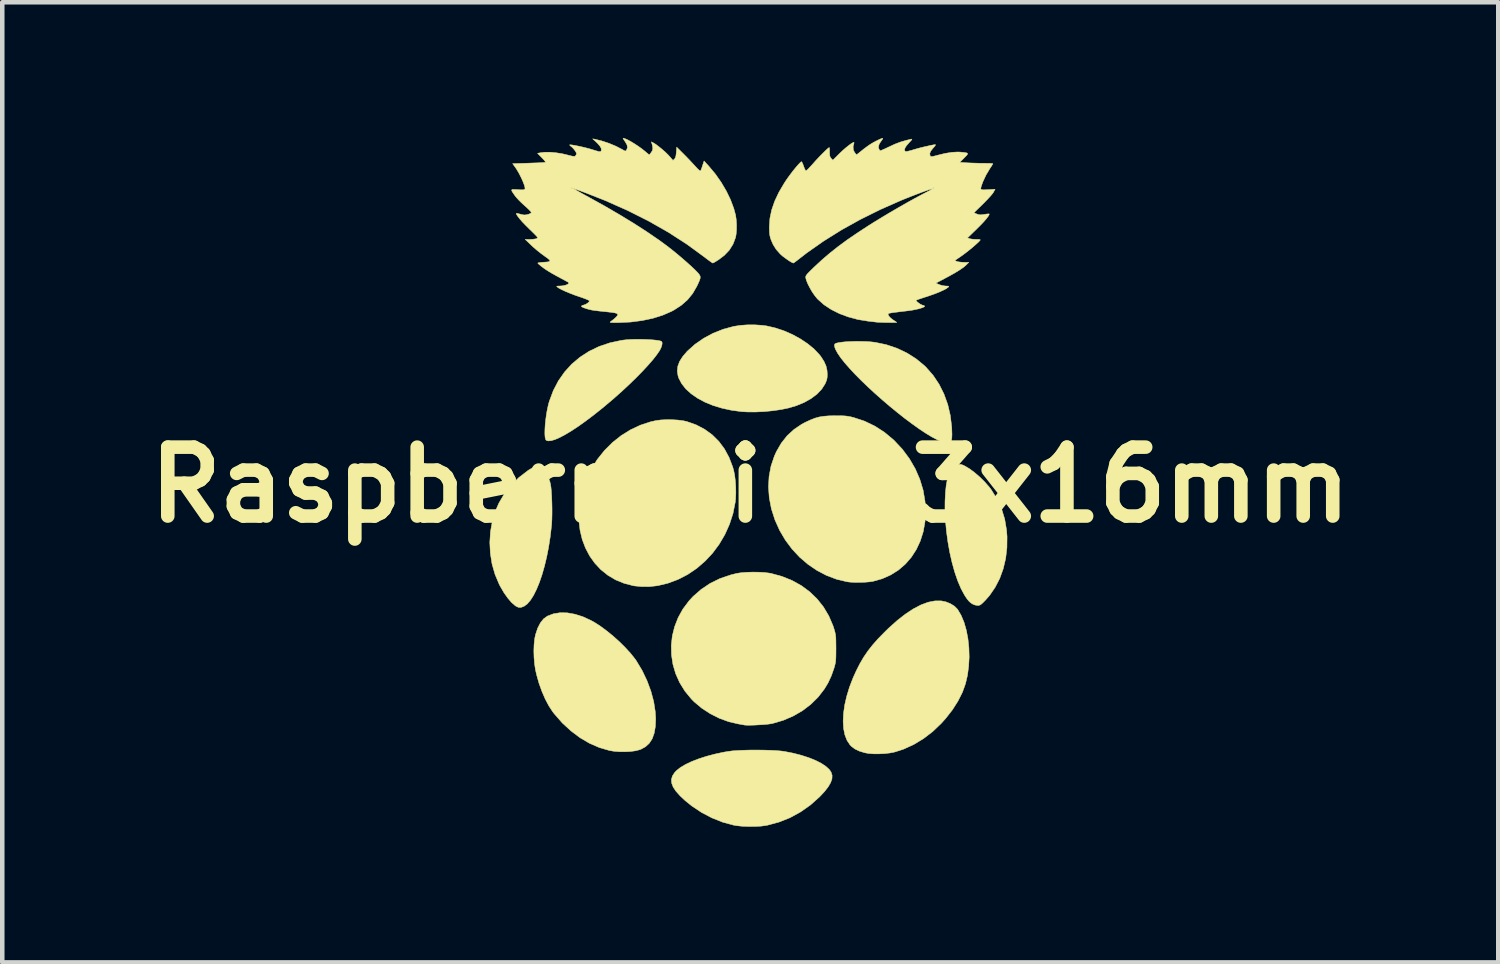
<source format=kicad_pcb>
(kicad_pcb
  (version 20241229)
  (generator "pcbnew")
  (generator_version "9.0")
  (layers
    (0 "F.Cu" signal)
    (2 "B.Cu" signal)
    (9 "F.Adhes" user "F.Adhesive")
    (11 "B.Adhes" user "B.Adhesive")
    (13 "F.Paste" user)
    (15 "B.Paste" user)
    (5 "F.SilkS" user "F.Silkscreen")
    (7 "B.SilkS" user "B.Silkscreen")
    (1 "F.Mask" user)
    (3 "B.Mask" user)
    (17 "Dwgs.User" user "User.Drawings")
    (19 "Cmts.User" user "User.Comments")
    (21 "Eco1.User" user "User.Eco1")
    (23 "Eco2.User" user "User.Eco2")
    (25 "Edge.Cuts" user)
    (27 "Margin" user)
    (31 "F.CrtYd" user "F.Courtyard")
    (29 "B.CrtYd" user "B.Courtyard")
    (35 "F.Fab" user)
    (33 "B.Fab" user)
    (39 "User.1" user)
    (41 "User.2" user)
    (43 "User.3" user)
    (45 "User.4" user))
  (footprint "RaspberryPi-13x16mm"
    (layer "F.Cu")
    (at 13.542 7.673)
    (property "Reference" "RaspberryPi-13x16mm" (at 0 0 0) (layer "F.SilkS") (effects (font (size 1.524 1.524) (thickness 0.3))))
    (attr through_hole)
    (fp_poly (pts (xy 2.462 -3.173) (xy 2.574 -3.17) (xy 2.678 -3.162) (xy 2.762 -3.152) (xy 3.01 -3.1) (xy 3.245 -3.021) (xy 3.466 -2.916) (xy 3.669 -2.787) (xy 3.852 -2.636) (xy 3.887 -2.602) (xy 4.043 -2.424) (xy 4.175 -2.227) (xy 4.283 -2.011) (xy 4.367 -1.779) (xy 4.424 -1.535) (xy 4.455 -1.28) (xy 4.461 -1.118) (xy 4.457 -1.028) (xy 4.443 -0.967) (xy 4.417 -0.932) (xy 4.374 -0.921) (xy 4.311 -0.93) (xy 4.241 -0.952) (xy 4.135 -0.998) (xy 4.013 -1.062) (xy 3.878 -1.144) (xy 3.732 -1.241) (xy 3.578 -1.351) (xy 3.417 -1.471) (xy 3.253 -1.601) (xy 3.087 -1.737) (xy 2.923 -1.877) (xy 2.761 -2.02) (xy 2.606 -2.163) (xy 2.459 -2.304) (xy 2.323 -2.441) (xy 2.2 -2.573) (xy 2.092 -2.696) (xy 2.002 -2.809) (xy 1.933 -2.91) (xy 1.886 -2.996) (xy 1.871 -3.036) (xy 1.861 -3.082) (xy 1.867 -3.11) (xy 1.871 -3.117) (xy 1.9 -3.133) (xy 1.956 -3.146) (xy 2.033 -3.157) (xy 2.127 -3.166) (xy 2.234 -3.171) (xy 2.347 -3.174) (xy 2.462 -3.173)) (stroke (width 0.01) (type solid)) (fill yes) (layer "F.SilkS"))
    (fp_poly (pts (xy 4.668 -0.45) (xy 4.712 -0.434) (xy 4.736 -0.422) (xy 4.843 -0.36) (xy 4.958 -0.275) (xy 5.074 -0.175) (xy 5.185 -0.066) (xy 5.284 0.047) (xy 5.335 0.116) (xy 5.461 0.319) (xy 5.558 0.532) (xy 5.627 0.757) (xy 5.667 0.995) (xy 5.679 1.145) (xy 5.676 1.391) (xy 5.648 1.629) (xy 5.594 1.856) (xy 5.516 2.071) (xy 5.414 2.268) (xy 5.291 2.447) (xy 5.2 2.55) (xy 5.147 2.604) (xy 5.108 2.639) (xy 5.078 2.658) (xy 5.051 2.666) (xy 5.032 2.667) (xy 4.978 2.659) (xy 4.929 2.642) (xy 4.879 2.611) (xy 4.834 2.57) (xy 4.788 2.513) (xy 4.738 2.437) (xy 4.661 2.294) (xy 4.588 2.123) (xy 4.522 1.93) (xy 4.463 1.719) (xy 4.412 1.494) (xy 4.37 1.259) (xy 4.338 1.019) (xy 4.316 0.778) (xy 4.306 0.541) (xy 4.307 0.365) (xy 4.317 0.169) (xy 4.334 0.003) (xy 4.361 -0.135) (xy 4.396 -0.247) (xy 4.441 -0.333) (xy 4.497 -0.396) (xy 4.562 -0.436) (xy 4.593 -0.446) (xy 4.633 -0.454) (xy 4.668 -0.45)) (stroke (width 0.01) (type solid)) (fill yes) (layer "F.SilkS"))
    (fp_poly (pts (xy -4.664 -0.402) (xy -4.601 -0.374) (xy -4.593 -0.369) (xy -4.549 -0.324) (xy -4.505 -0.255) (xy -4.465 -0.169) (xy -4.432 -0.073) (xy -4.42 -0.024) (xy -4.408 0.046) (xy -4.399 0.141) (xy -4.392 0.255) (xy -4.387 0.381) (xy -4.384 0.513) (xy -4.384 0.644) (xy -4.387 0.768) (xy -4.393 0.878) (xy -4.397 0.918) (xy -4.424 1.149) (xy -4.459 1.374) (xy -4.501 1.589) (xy -4.55 1.793) (xy -4.604 1.983) (xy -4.663 2.156) (xy -4.726 2.309) (xy -4.792 2.442) (xy -4.86 2.549) (xy -4.93 2.631) (xy -5 2.683) (xy -5.002 2.684) (xy -5.067 2.709) (xy -5.122 2.71) (xy -5.178 2.685) (xy -5.201 2.669) (xy -5.281 2.599) (xy -5.363 2.503) (xy -5.446 2.386) (xy -5.524 2.252) (xy -5.552 2.199) (xy -5.644 1.981) (xy -5.71 1.752) (xy -5.748 1.514) (xy -5.76 1.274) (xy -5.745 1.034) (xy -5.703 0.8) (xy -5.634 0.574) (xy -5.56 0.405) (xy -5.44 0.2) (xy -5.293 0.011) (xy -5.119 -0.161) (xy -4.919 -0.315) (xy -4.897 -0.33) (xy -4.809 -0.381) (xy -4.732 -0.405) (xy -4.664 -0.402)) (stroke (width 0.01) (type solid)) (fill yes) (layer "F.SilkS"))
    (fp_poly (pts (xy -2.31 -3.216) (xy -2.206 -3.211) (xy -2.113 -3.203) (xy -2.038 -3.194) (xy -1.984 -3.182) (xy -1.958 -3.169) (xy -1.948 -3.139) (xy -1.954 -3.09) (xy -1.974 -3.031) (xy -2.003 -2.973) (xy -2.066 -2.881) (xy -2.151 -2.772) (xy -2.257 -2.65) (xy -2.381 -2.516) (xy -2.52 -2.374) (xy -2.671 -2.227) (xy -2.833 -2.076) (xy -3.002 -1.925) (xy -3.086 -1.853) (xy -3.277 -1.693) (xy -3.46 -1.547) (xy -3.634 -1.416) (xy -3.797 -1.299) (xy -3.948 -1.199) (xy -4.086 -1.116) (xy -4.208 -1.051) (xy -4.314 -1.004) (xy -4.402 -0.978) (xy -4.47 -0.972) (xy -4.512 -0.985) (xy -4.529 -1.011) (xy -4.539 -1.064) (xy -4.543 -1.139) (xy -4.541 -1.23) (xy -4.535 -1.334) (xy -4.523 -1.445) (xy -4.508 -1.558) (xy -4.488 -1.67) (xy -4.465 -1.774) (xy -4.444 -1.849) (xy -4.356 -2.085) (xy -4.243 -2.301) (xy -4.106 -2.497) (xy -3.947 -2.672) (xy -3.766 -2.824) (xy -3.565 -2.954) (xy -3.345 -3.06) (xy -3.106 -3.141) (xy -2.851 -3.196) (xy -2.822 -3.2) (xy -2.738 -3.21) (xy -2.639 -3.216) (xy -2.532 -3.219) (xy -2.42 -3.219) (xy -2.31 -3.216)) (stroke (width 0.01) (type solid)) (fill yes) (layer "F.SilkS"))
    (fp_poly (pts (xy 0.257 -3.529) (xy 0.359 -3.516) (xy 0.553 -3.471) (xy 0.746 -3.407) (xy 0.933 -3.325) (xy 1.11 -3.228) (xy 1.271 -3.12) (xy 1.413 -3.003) (xy 1.529 -2.88) (xy 1.566 -2.832) (xy 1.633 -2.726) (xy 1.676 -2.629) (xy 1.698 -2.531) (xy 1.703 -2.45) (xy 1.701 -2.379) (xy 1.691 -2.324) (xy 1.669 -2.267) (xy 1.654 -2.233) (xy 1.579 -2.116) (xy 1.475 -2.007) (xy 1.345 -1.909) (xy 1.192 -1.823) (xy 1.017 -1.751) (xy 0.849 -1.701) (xy 0.686 -1.667) (xy 0.502 -1.64) (xy 0.308 -1.621) (xy 0.115 -1.612) (xy -0.067 -1.613) (xy -0.191 -1.62) (xy -0.414 -1.65) (xy -0.625 -1.696) (xy -0.823 -1.756) (xy -1.004 -1.83) (xy -1.166 -1.917) (xy -1.307 -2.015) (xy -1.425 -2.122) (xy -1.517 -2.238) (xy -1.581 -2.36) (xy -1.597 -2.409) (xy -1.614 -2.516) (xy -1.603 -2.622) (xy -1.563 -2.73) (xy -1.492 -2.841) (xy -1.392 -2.957) (xy -1.39 -2.959) (xy -1.222 -3.109) (xy -1.03 -3.242) (xy -0.821 -3.354) (xy -0.598 -3.442) (xy -0.366 -3.505) (xy -0.354 -3.507) (xy -0.216 -3.528) (xy -0.06 -3.539) (xy 0.102 -3.539) (xy 0.257 -3.529)) (stroke (width 0.01) (type solid)) (fill yes) (layer "F.SilkS"))
    (fp_poly (pts (xy 0.314 5.866) (xy 0.457 5.87) (xy 0.586 5.877) (xy 0.694 5.887) (xy 0.752 5.895) (xy 0.948 5.933) (xy 1.13 5.98) (xy 1.297 6.034) (xy 1.445 6.094) (xy 1.571 6.158) (xy 1.673 6.226) (xy 1.749 6.296) (xy 1.787 6.352) (xy 1.81 6.423) (xy 1.807 6.501) (xy 1.777 6.586) (xy 1.721 6.681) (xy 1.638 6.787) (xy 1.533 6.899) (xy 1.331 7.079) (xy 1.112 7.233) (xy 0.88 7.36) (xy 0.636 7.457) (xy 0.381 7.526) (xy 0.35 7.532) (xy 0.239 7.547) (xy 0.107 7.554) (xy -0.033 7.555) (xy -0.172 7.55) (xy -0.298 7.537) (xy -0.373 7.524) (xy -0.612 7.459) (xy -0.849 7.364) (xy -1.078 7.244) (xy -1.294 7.1) (xy -1.437 6.985) (xy -1.555 6.874) (xy -1.644 6.774) (xy -1.705 6.682) (xy -1.738 6.596) (xy -1.744 6.516) (xy -1.722 6.439) (xy -1.674 6.364) (xy -1.634 6.321) (xy -1.549 6.253) (xy -1.436 6.185) (xy -1.3 6.12) (xy -1.143 6.059) (xy -0.97 6.003) (xy -0.785 5.954) (xy -0.591 5.912) (xy -0.484 5.894) (xy -0.391 5.882) (xy -0.273 5.874) (xy -0.137 5.868) (xy 0.01 5.864) (xy 0.163 5.864) (xy 0.314 5.866)) (stroke (width 0.01) (type solid)) (fill yes) (layer "F.SilkS"))
    (fp_poly (pts (xy -4.046 2.83) (xy -3.878 2.86) (xy -3.703 2.915) (xy -3.525 2.997) (xy -3.453 3.036) (xy -3.319 3.122) (xy -3.178 3.226) (xy -3.034 3.343) (xy -2.894 3.469) (xy -2.763 3.599) (xy -2.646 3.727) (xy -2.55 3.847) (xy -2.518 3.893) (xy -2.39 4.107) (xy -2.283 4.331) (xy -2.198 4.56) (xy -2.136 4.79) (xy -2.101 5.014) (xy -2.091 5.175) (xy -2.099 5.347) (xy -2.125 5.493) (xy -2.169 5.616) (xy -2.234 5.715) (xy -2.318 5.792) (xy -2.423 5.849) (xy -2.446 5.857) (xy -2.533 5.88) (xy -2.641 5.895) (xy -2.763 5.902) (xy -2.888 5.901) (xy -3.009 5.892) (xy -3.111 5.875) (xy -3.336 5.81) (xy -3.555 5.715) (xy -3.766 5.591) (xy -3.967 5.44) (xy -4.157 5.265) (xy -4.331 5.066) (xy -4.371 5.015) (xy -4.454 4.888) (xy -4.534 4.737) (xy -4.607 4.568) (xy -4.672 4.388) (xy -4.724 4.204) (xy -4.75 4.091) (xy -4.77 3.959) (xy -4.782 3.815) (xy -4.786 3.669) (xy -4.781 3.53) (xy -4.768 3.405) (xy -4.75 3.315) (xy -4.701 3.168) (xy -4.641 3.051) (xy -4.57 2.962) (xy -4.488 2.903) (xy -4.487 2.902) (xy -4.353 2.851) (xy -4.205 2.827) (xy -4.046 2.83)) (stroke (width 0.01) (type solid)) (fill yes) (layer "F.SilkS"))
    (fp_poly (pts (xy -1.723 -1.441) (xy -1.595 -1.433) (xy -1.48 -1.418) (xy -1.405 -1.401) (xy -1.197 -1.328) (xy -1.009 -1.229) (xy -0.841 -1.107) (xy -0.694 -0.961) (xy -0.569 -0.793) (xy -0.467 -0.603) (xy -0.387 -0.393) (xy -0.366 -0.317) (xy -0.345 -0.214) (xy -0.33 -0.089) (xy -0.321 0.046) (xy -0.319 0.181) (xy -0.324 0.307) (xy -0.332 0.383) (xy -0.382 0.633) (xy -0.46 0.873) (xy -0.562 1.1) (xy -0.688 1.314) (xy -0.834 1.51) (xy -1.001 1.688) (xy -1.184 1.846) (xy -1.383 1.981) (xy -1.596 2.091) (xy -1.821 2.175) (xy -2.047 2.229) (xy -2.221 2.249) (xy -2.398 2.25) (xy -2.563 2.234) (xy -2.582 2.231) (xy -2.788 2.178) (xy -2.977 2.101) (xy -3.149 1.999) (xy -3.303 1.876) (xy -3.437 1.733) (xy -3.551 1.573) (xy -3.644 1.397) (xy -3.716 1.207) (xy -3.764 1.006) (xy -3.789 0.795) (xy -3.789 0.577) (xy -3.764 0.353) (xy -3.713 0.125) (xy -3.634 -0.104) (xy -3.626 -0.123) (xy -3.516 -0.352) (xy -3.381 -0.565) (xy -3.225 -0.76) (xy -3.05 -0.935) (xy -2.858 -1.088) (xy -2.651 -1.217) (xy -2.433 -1.32) (xy -2.205 -1.395) (xy -2.084 -1.422) (xy -1.977 -1.436) (xy -1.854 -1.442) (xy -1.723 -1.441)) (stroke (width 0.01) (type solid)) (fill yes) (layer "F.SilkS"))
    (fp_poly (pts (xy 4.22 2.565) (xy 4.327 2.587) (xy 4.428 2.628) (xy 4.516 2.683) (xy 4.582 2.749) (xy 4.586 2.754) (xy 4.663 2.885) (xy 4.728 3.04) (xy 4.778 3.214) (xy 4.814 3.403) (xy 4.835 3.602) (xy 4.841 3.806) (xy 4.83 4.009) (xy 4.804 4.209) (xy 4.76 4.397) (xy 4.692 4.586) (xy 4.595 4.779) (xy 4.471 4.974) (xy 4.321 5.166) (xy 4.223 5.275) (xy 4.034 5.456) (xy 3.83 5.612) (xy 3.613 5.743) (xy 3.387 5.846) (xy 3.194 5.908) (xy 3.094 5.928) (xy 2.977 5.942) (xy 2.853 5.948) (xy 2.73 5.948) (xy 2.619 5.94) (xy 2.532 5.924) (xy 2.411 5.887) (xy 2.317 5.842) (xy 2.241 5.786) (xy 2.207 5.752) (xy 2.141 5.653) (xy 2.093 5.531) (xy 2.064 5.39) (xy 2.054 5.231) (xy 2.062 5.057) (xy 2.088 4.87) (xy 2.133 4.674) (xy 2.195 4.471) (xy 2.275 4.264) (xy 2.344 4.112) (xy 2.424 3.954) (xy 2.508 3.81) (xy 2.601 3.674) (xy 2.706 3.54) (xy 2.827 3.403) (xy 2.969 3.258) (xy 3.062 3.167) (xy 3.251 2.998) (xy 3.433 2.856) (xy 3.608 2.741) (xy 3.775 2.654) (xy 3.933 2.595) (xy 4.082 2.566) (xy 4.22 2.565) (xy 4.22 2.565)) (stroke (width 0.01) (type solid)) (fill yes) (layer "F.SilkS"))
    (fp_poly (pts (xy 1.983 -1.529) (xy 2.062 -1.527) (xy 2.125 -1.522) (xy 2.182 -1.513) (xy 2.24 -1.501) (xy 2.29 -1.488) (xy 2.531 -1.408) (xy 2.757 -1.299) (xy 2.969 -1.162) (xy 3.167 -0.997) (xy 3.185 -0.98) (xy 3.365 -0.787) (xy 3.52 -0.578) (xy 3.649 -0.356) (xy 3.75 -0.123) (xy 3.823 0.118) (xy 3.865 0.366) (xy 3.878 0.579) (xy 3.865 0.812) (xy 3.826 1.033) (xy 3.761 1.239) (xy 3.673 1.428) (xy 3.562 1.6) (xy 3.429 1.753) (xy 3.277 1.884) (xy 3.105 1.992) (xy 2.916 2.076) (xy 2.711 2.134) (xy 2.631 2.145) (xy 2.53 2.153) (xy 2.419 2.157) (xy 2.309 2.156) (xy 2.21 2.151) (xy 2.142 2.143) (xy 1.911 2.088) (xy 1.688 2.004) (xy 1.476 1.893) (xy 1.276 1.757) (xy 1.092 1.599) (xy 0.924 1.419) (xy 0.776 1.221) (xy 0.65 1.007) (xy 0.547 0.778) (xy 0.469 0.536) (xy 0.467 0.528) (xy 0.42 0.285) (xy 0.403 0.045) (xy 0.416 -0.189) (xy 0.459 -0.416) (xy 0.532 -0.633) (xy 0.579 -0.738) (xy 0.687 -0.924) (xy 0.816 -1.087) (xy 0.967 -1.226) (xy 1.139 -1.342) (xy 1.214 -1.382) (xy 1.328 -1.435) (xy 1.429 -1.475) (xy 1.527 -1.502) (xy 1.63 -1.518) (xy 1.747 -1.527) (xy 1.881 -1.529) (xy 1.983 -1.529)) (stroke (width 0.01) (type solid)) (fill yes) (layer "F.SilkS"))
    (fp_poly (pts (xy 0.191 1.931) (xy 0.318 1.938) (xy 0.427 1.952) (xy 0.46 1.958) (xy 0.701 2.024) (xy 0.924 2.114) (xy 1.13 2.228) (xy 1.315 2.365) (xy 1.479 2.523) (xy 1.62 2.701) (xy 1.737 2.898) (xy 1.829 3.112) (xy 1.852 3.183) (xy 1.868 3.236) (xy 1.879 3.282) (xy 1.887 3.328) (xy 1.892 3.38) (xy 1.894 3.444) (xy 1.895 3.529) (xy 1.896 3.619) (xy 1.895 3.725) (xy 1.894 3.806) (xy 1.891 3.868) (xy 1.886 3.919) (xy 1.877 3.964) (xy 1.865 4.01) (xy 1.853 4.053) (xy 1.792 4.225) (xy 1.722 4.376) (xy 1.64 4.513) (xy 1.502 4.692) (xy 1.34 4.852) (xy 1.157 4.992) (xy 0.954 5.11) (xy 0.734 5.205) (xy 0.501 5.274) (xy 0.474 5.28) (xy 0.424 5.288) (xy 0.353 5.296) (xy 0.268 5.303) (xy 0.176 5.308) (xy 0.085 5.313) (xy 0.002 5.315) (xy -0.067 5.315) (xy -0.115 5.313) (xy -0.127 5.311) (xy -0.154 5.306) (xy -0.202 5.297) (xy -0.262 5.287) (xy -0.27 5.286) (xy -0.478 5.237) (xy -0.686 5.161) (xy -0.886 5.06) (xy -1.073 4.938) (xy -1.24 4.798) (xy -1.302 4.735) (xy -1.446 4.56) (xy -1.562 4.372) (xy -1.65 4.175) (xy -1.71 3.97) (xy -1.742 3.761) (xy -1.747 3.551) (xy -1.724 3.341) (xy -1.673 3.136) (xy -1.595 2.936) (xy -1.49 2.746) (xy -1.357 2.568) (xy -1.264 2.467) (xy -1.084 2.31) (xy -0.887 2.178) (xy -0.671 2.072) (xy -0.436 1.992) (xy -0.297 1.957) (xy -0.197 1.942) (xy -0.076 1.933) (xy 0.056 1.929) (xy 0.191 1.931)) (stroke (width 0.01) (type solid)) (fill yes) (layer "F.SilkS"))
    (fp_poly (pts (xy -2.773 -7.658) (xy -2.714 -7.632) (xy -2.642 -7.593) (xy -2.561 -7.544) (xy -2.477 -7.489) (xy -2.395 -7.43) (xy -2.335 -7.382) (xy -2.233 -7.297) (xy -2.197 -7.343) (xy -2.165 -7.392) (xy -2.155 -7.441) (xy -2.163 -7.501) (xy -2.168 -7.52) (xy -2.187 -7.587) (xy -2.143 -7.564) (xy -2.092 -7.533) (xy -2.027 -7.484) (xy -1.955 -7.426) (xy -1.884 -7.364) (xy -1.822 -7.304) (xy -1.785 -7.264) (xy -1.708 -7.175) (xy -1.676 -7.207) (xy -1.656 -7.236) (xy -1.644 -7.279) (xy -1.636 -7.344) (xy -1.635 -7.354) (xy -1.627 -7.469) (xy -1.475 -7.318) (xy -1.406 -7.248) (xy -1.334 -7.173) (xy -1.267 -7.101) (xy -1.219 -7.049) (xy -1.174 -7) (xy -1.136 -6.963) (xy -1.11 -6.943) (xy -1.102 -6.942) (xy -1.091 -6.962) (xy -1.074 -7.004) (xy -1.056 -7.058) (xy -1.056 -7.059) (xy -1.022 -7.163) (xy -0.915 -7.046) (xy -0.772 -6.875) (xy -0.643 -6.691) (xy -0.529 -6.498) (xy -0.435 -6.303) (xy -0.364 -6.112) (xy -0.324 -5.964) (xy -0.31 -5.865) (xy -0.303 -5.753) (xy -0.304 -5.64) (xy -0.313 -5.537) (xy -0.326 -5.469) (xy -0.38 -5.325) (xy -0.462 -5.193) (xy -0.573 -5.076) (xy -0.697 -4.982) (xy -0.751 -4.948) (xy -0.795 -4.921) (xy -0.824 -4.907) (xy -0.829 -4.905) (xy -0.846 -4.915) (xy -0.883 -4.94) (xy -0.935 -4.978) (xy -0.997 -5.025) (xy -1.013 -5.038) (xy -1.396 -5.318) (xy -1.806 -5.583) (xy -2.243 -5.832) (xy -2.708 -6.066) (xy -3.2 -6.285) (xy -3.624 -6.452) (xy -3.712 -6.485) (xy -3.79 -6.514) (xy -3.854 -6.536) (xy -3.897 -6.551) (xy -3.916 -6.556) (xy -3.916 -6.556) (xy -3.906 -6.549) (xy -3.872 -6.529) (xy -3.816 -6.497) (xy -3.744 -6.456) (xy -3.657 -6.408) (xy -3.559 -6.355) (xy -3.556 -6.353) (xy -3.208 -6.16) (xy -2.879 -5.968) (xy -2.571 -5.78) (xy -2.287 -5.597) (xy -2.03 -5.421) (xy -1.846 -5.287) (xy -1.744 -5.208) (xy -1.634 -5.119) (xy -1.522 -5.025) (xy -1.414 -4.931) (xy -1.315 -4.842) (xy -1.231 -4.763) (xy -1.178 -4.71) (xy -1.141 -4.669) (xy -1.117 -4.635) (xy -1.106 -4.603) (xy -1.108 -4.566) (xy -1.124 -4.518) (xy -1.153 -4.452) (xy -1.183 -4.389) (xy -1.274 -4.232) (xy -1.386 -4.094) (xy -1.522 -3.974) (xy -1.685 -3.868) (xy -1.74 -3.838) (xy -1.935 -3.753) (xy -2.154 -3.684) (xy -2.391 -3.634) (xy -2.644 -3.601) (xy -2.908 -3.589) (xy -2.961 -3.589) (xy -3.032 -3.589) (xy -3.076 -3.591) (xy -3.097 -3.594) (xy -3.099 -3.601) (xy -3.087 -3.612) (xy -3.08 -3.616) (xy -3.016 -3.665) (xy -2.966 -3.711) (xy -2.936 -3.747) (xy -2.936 -3.748) (xy -2.93 -3.766) (xy -2.937 -3.781) (xy -2.959 -3.794) (xy -3.001 -3.805) (xy -3.066 -3.815) (xy -3.156 -3.825) (xy -3.232 -3.833) (xy -3.346 -3.845) (xy -3.435 -3.856) (xy -3.507 -3.867) (xy -3.567 -3.881) (xy -3.624 -3.897) (xy -3.679 -3.916) (xy -3.723 -3.936) (xy -3.735 -3.953) (xy -3.717 -3.967) (xy -3.684 -3.977) (xy -3.639 -3.993) (xy -3.596 -4.02) (xy -3.565 -4.049) (xy -3.556 -4.07) (xy -3.57 -4.081) (xy -3.61 -4.1) (xy -3.669 -4.123) (xy -3.742 -4.149) (xy -3.766 -4.157) (xy -3.877 -4.195) (xy -3.984 -4.236) (xy -4.083 -4.277) (xy -4.168 -4.316) (xy -4.232 -4.351) (xy -4.262 -4.371) (xy -4.28 -4.387) (xy -4.277 -4.394) (xy -4.249 -4.397) (xy -4.223 -4.397) (xy -4.152 -4.402) (xy -4.087 -4.416) (xy -4.038 -4.435) (xy -4.019 -4.45) (xy -4.014 -4.468) (xy -4.035 -4.487) (xy -4.053 -4.497) (xy -4.185 -4.568) (xy -4.293 -4.626) (xy -4.381 -4.675) (xy -4.451 -4.717) (xy -4.51 -4.754) (xy -4.56 -4.788) (xy -4.584 -4.806) (xy -4.635 -4.845) (xy -4.674 -4.878) (xy -4.696 -4.9) (xy -4.699 -4.905) (xy -4.684 -4.912) (xy -4.646 -4.918) (xy -4.59 -4.923) (xy -4.573 -4.924) (xy -4.496 -4.929) (xy -4.449 -4.937) (xy -4.43 -4.952) (xy -4.44 -4.975) (xy -4.478 -5.009) (xy -4.544 -5.056) (xy -4.554 -5.064) (xy -4.629 -5.118) (xy -4.713 -5.185) (xy -4.794 -5.255) (xy -4.837 -5.295) (xy -4.977 -5.428) (xy -4.87 -5.429) (xy -4.809 -5.432) (xy -4.755 -5.439) (xy -4.724 -5.447) (xy -4.711 -5.455) (xy -4.705 -5.463) (xy -4.708 -5.477) (xy -4.725 -5.499) (xy -4.757 -5.533) (xy -4.806 -5.582) (xy -4.875 -5.649) (xy -4.881 -5.654) (xy -4.968 -5.741) (xy -5.044 -5.82) (xy -5.104 -5.89) (xy -5.148 -5.947) (xy -5.172 -5.987) (xy -5.175 -6.002) (xy -5.162 -6.005) (xy -5.127 -5.998) (xy -5.101 -5.991) (xy -5.05 -5.978) (xy -5.007 -5.97) (xy -4.994 -5.969) (xy -4.946 -5.974) (xy -4.898 -5.987) (xy -4.86 -6.004) (xy -4.842 -6.022) (xy -4.842 -6.024) (xy -4.853 -6.043) (xy -4.884 -6.077) (xy -4.931 -6.122) (xy -4.987 -6.173) (xy -4.993 -6.178) (xy -5.059 -6.238) (xy -5.122 -6.301) (xy -5.175 -6.359) (xy -5.207 -6.4) (xy -5.25 -6.462) (xy -5.274 -6.502) (xy -5.276 -6.524) (xy -5.256 -6.534) (xy -5.211 -6.533) (xy -5.154 -6.53) (xy -5.074 -6.525) (xy -5.022 -6.525) (xy -4.992 -6.533) (xy -4.981 -6.551) (xy -4.982 -6.564) (xy -3.953 -6.564) (xy -3.945 -6.556) (xy -3.937 -6.564) (xy -3.945 -6.572) (xy -3.953 -6.564) (xy -4.982 -6.564) (xy -4.984 -6.582) (xy -4.995 -6.623) (xy -5.025 -6.704) (xy -5.068 -6.799) (xy -5.118 -6.897) (xy -5.171 -6.986) (xy -5.198 -7.025) (xy -5.255 -7.104) (xy -4.896 -7.115) (xy -4.792 -7.119) (xy -4.7 -7.122) (xy -4.622 -7.126) (xy -4.565 -7.13) (xy -4.533 -7.134) (xy -4.528 -7.135) (xy -4.534 -7.15) (xy -4.558 -7.181) (xy -4.596 -7.222) (xy -4.611 -7.238) (xy -4.704 -7.332) (xy -4.642 -7.345) (xy -4.544 -7.357) (xy -4.426 -7.357) (xy -4.296 -7.345) (xy -4.162 -7.324) (xy -4.072 -7.303) (xy -3.993 -7.283) (xy -3.938 -7.27) (xy -3.903 -7.265) (xy -3.882 -7.266) (xy -3.869 -7.273) (xy -3.862 -7.281) (xy -3.845 -7.31) (xy -3.842 -7.324) (xy -3.852 -7.354) (xy -3.879 -7.397) (xy -3.914 -7.44) (xy -3.95 -7.475) (xy -3.955 -7.479) (xy -3.984 -7.502) (xy -3.995 -7.518) (xy -3.995 -7.52) (xy -3.975 -7.521) (xy -3.931 -7.516) (xy -3.868 -7.505) (xy -3.793 -7.49) (xy -3.711 -7.472) (xy -3.629 -7.452) (xy -3.552 -7.432) (xy -3.493 -7.414) (xy -3.415 -7.39) (xy -3.362 -7.375) (xy -3.329 -7.369) (xy -3.31 -7.372) (xy -3.3 -7.383) (xy -3.294 -7.399) (xy -3.295 -7.438) (xy -3.32 -7.486) (xy -3.372 -7.547) (xy -3.411 -7.585) (xy -3.485 -7.653) (xy -3.429 -7.643) (xy -3.281 -7.606) (xy -3.124 -7.554) (xy -2.971 -7.49) (xy -2.834 -7.419) (xy -2.82 -7.411) (xy -2.782 -7.389) (xy -2.761 -7.383) (xy -2.747 -7.392) (xy -2.737 -7.405) (xy -2.716 -7.457) (xy -2.725 -7.517) (xy -2.764 -7.586) (xy -2.77 -7.595) (xy -2.797 -7.634) (xy -2.812 -7.66) (xy -2.812 -7.668) (xy -2.773 -7.658)) (stroke (width 0.01) (type solid)) (fill yes) (layer "F.SilkS"))
    (fp_poly (pts (xy 2.93 -7.664) (xy 2.926 -7.648) (xy 2.906 -7.618) (xy 2.898 -7.608) (xy 2.852 -7.539) (xy 2.835 -7.477) (xy 2.841 -7.439) (xy 2.857 -7.407) (xy 2.87 -7.392) (xy 2.889 -7.395) (xy 2.93 -7.411) (xy 2.988 -7.437) (xy 3.056 -7.47) (xy 3.066 -7.474) (xy 3.192 -7.533) (xy 3.317 -7.581) (xy 3.455 -7.621) (xy 3.548 -7.643) (xy 3.569 -7.647) (xy 3.576 -7.643) (xy 3.567 -7.627) (xy 3.539 -7.596) (xy 3.504 -7.559) (xy 3.449 -7.494) (xy 3.418 -7.44) (xy 3.411 -7.4) (xy 3.43 -7.375) (xy 3.436 -7.372) (xy 3.46 -7.373) (xy 3.506 -7.383) (xy 3.567 -7.399) (xy 3.608 -7.412) (xy 3.674 -7.431) (xy 3.754 -7.453) (xy 3.839 -7.474) (xy 3.924 -7.493) (xy 3.999 -7.51) (xy 4.059 -7.521) (xy 4.096 -7.525) (xy 4.096 -7.525) (xy 4.096 -7.514) (xy 4.078 -7.487) (xy 4.045 -7.449) (xy 4.042 -7.446) (xy 3.993 -7.385) (xy 3.971 -7.335) (xy 3.974 -7.29) (xy 3.983 -7.272) (xy 3.995 -7.263) (xy 4.016 -7.261) (xy 4.053 -7.267) (xy 4.112 -7.282) (xy 4.146 -7.291) (xy 4.31 -7.331) (xy 4.46 -7.355) (xy 4.59 -7.362) (xy 4.651 -7.359) (xy 4.731 -7.351) (xy 4.782 -7.343) (xy 4.805 -7.331) (xy 4.804 -7.312) (xy 4.781 -7.282) (xy 4.737 -7.238) (xy 4.731 -7.231) (xy 4.633 -7.133) (xy 4.804 -7.122) (xy 4.893 -7.118) (xy 4.999 -7.115) (xy 5.106 -7.112) (xy 5.17 -7.112) (xy 5.244 -7.111) (xy 5.306 -7.11) (xy 5.348 -7.107) (xy 5.366 -7.103) (xy 5.366 -7.103) (xy 5.357 -7.087) (xy 5.336 -7.051) (xy 5.305 -7.005) (xy 5.304 -7.004) (xy 5.214 -6.853) (xy 5.143 -6.701) (xy 5.126 -6.653) (xy 5.106 -6.595) (xy 5.097 -6.556) (xy 5.105 -6.535) (xy 5.132 -6.526) (xy 5.182 -6.525) (xy 5.255 -6.529) (xy 5.414 -6.538) (xy 5.379 -6.472) (xy 5.355 -6.438) (xy 5.314 -6.389) (xy 5.258 -6.328) (xy 5.194 -6.261) (xy 5.145 -6.212) (xy 4.946 -6.018) (xy 5.009 -5.991) (xy 5.05 -5.977) (xy 5.09 -5.972) (xy 5.142 -5.977) (xy 5.175 -5.982) (xy 5.228 -5.99) (xy 5.268 -5.993) (xy 5.284 -5.992) (xy 5.282 -5.973) (xy 5.259 -5.935) (xy 5.217 -5.881) (xy 5.158 -5.813) (xy 5.084 -5.736) (xy 5.004 -5.656) (xy 4.804 -5.462) (xy 4.848 -5.446) (xy 4.887 -5.437) (xy 4.944 -5.431) (xy 4.996 -5.429) (xy 5.051 -5.429) (xy 5.079 -5.425) (xy 5.087 -5.418) (xy 5.079 -5.404) (xy 5.078 -5.403) (xy 5.044 -5.368) (xy 4.991 -5.319) (xy 4.925 -5.261) (xy 4.851 -5.2) (xy 4.775 -5.14) (xy 4.705 -5.087) (xy 4.657 -5.053) (xy 4.522 -4.961) (xy 4.567 -4.942) (xy 4.606 -4.932) (xy 4.664 -4.925) (xy 4.722 -4.922) (xy 4.832 -4.921) (xy 4.785 -4.873) (xy 4.725 -4.819) (xy 4.635 -4.756) (xy 4.518 -4.684) (xy 4.374 -4.604) (xy 4.315 -4.573) (xy 4.105 -4.462) (xy 4.176 -4.43) (xy 4.242 -4.409) (xy 4.314 -4.398) (xy 4.325 -4.398) (xy 4.371 -4.396) (xy 4.39 -4.392) (xy 4.387 -4.381) (xy 4.381 -4.374) (xy 4.338 -4.342) (xy 4.268 -4.305) (xy 4.176 -4.263) (xy 4.066 -4.22) (xy 3.943 -4.177) (xy 3.913 -4.167) (xy 3.831 -4.141) (xy 3.761 -4.117) (xy 3.706 -4.099) (xy 3.674 -4.087) (xy 3.667 -4.084) (xy 3.671 -4.07) (xy 3.694 -4.046) (xy 3.729 -4.018) (xy 3.767 -3.993) (xy 3.802 -3.977) (xy 3.811 -3.974) (xy 3.844 -3.964) (xy 3.858 -3.952) (xy 3.858 -3.952) (xy 3.843 -3.935) (xy 3.801 -3.917) (xy 3.739 -3.897) (xy 3.661 -3.879) (xy 3.572 -3.862) (xy 3.478 -3.849) (xy 3.469 -3.848) (xy 3.325 -3.831) (xy 3.212 -3.817) (xy 3.13 -3.806) (xy 3.077 -3.796) (xy 3.053 -3.788) (xy 3.052 -3.787) (xy 3.049 -3.764) (xy 3.067 -3.73) (xy 3.103 -3.691) (xy 3.15 -3.654) (xy 3.159 -3.648) (xy 3.201 -3.621) (xy 3.23 -3.601) (xy 3.239 -3.593) (xy 3.224 -3.591) (xy 3.184 -3.59) (xy 3.127 -3.59) (xy 3.058 -3.59) (xy 2.986 -3.591) (xy 2.916 -3.593) (xy 2.856 -3.595) (xy 2.813 -3.597) (xy 2.802 -3.598) (xy 2.765 -3.602) (xy 2.707 -3.609) (xy 2.637 -3.617) (xy 2.603 -3.621) (xy 2.381 -3.657) (xy 2.168 -3.714) (xy 1.97 -3.788) (xy 1.789 -3.879) (xy 1.63 -3.984) (xy 1.497 -4.102) (xy 1.476 -4.124) (xy 1.421 -4.193) (xy 1.365 -4.275) (xy 1.314 -4.364) (xy 1.27 -4.451) (xy 1.24 -4.527) (xy 1.228 -4.573) (xy 1.226 -4.594) (xy 1.228 -4.613) (xy 1.238 -4.634) (xy 1.259 -4.662) (xy 1.294 -4.699) (xy 1.346 -4.751) (xy 1.416 -4.819) (xy 1.58 -4.971) (xy 1.751 -5.118) (xy 1.935 -5.264) (xy 2.135 -5.412) (xy 2.357 -5.564) (xy 2.586 -5.714) (xy 2.741 -5.812) (xy 2.912 -5.916) (xy 3.092 -6.024) (xy 3.276 -6.131) (xy 3.457 -6.235) (xy 3.63 -6.331) (xy 3.788 -6.416) (xy 3.919 -6.484) (xy 3.972 -6.512) (xy 4.01 -6.534) (xy 4.029 -6.547) (xy 4.029 -6.549) (xy 4.012 -6.546) (xy 3.97 -6.534) (xy 3.907 -6.512) (xy 3.828 -6.484) (xy 3.738 -6.45) (xy 3.64 -6.413) (xy 3.539 -6.374) (xy 3.439 -6.334) (xy 3.345 -6.296) (xy 3.342 -6.295) (xy 2.875 -6.089) (xy 2.432 -5.869) (xy 2.013 -5.636) (xy 1.62 -5.39) (xy 1.255 -5.134) (xy 1.073 -4.993) (xy 1.023 -4.954) (xy 0.982 -4.924) (xy 0.957 -4.907) (xy 0.953 -4.905) (xy 0.928 -4.915) (xy 0.885 -4.939) (xy 0.831 -4.974) (xy 0.774 -5.015) (xy 0.719 -5.056) (xy 0.675 -5.094) (xy 0.667 -5.101) (xy 0.573 -5.207) (xy 0.503 -5.319) (xy 0.457 -5.427) (xy 0.44 -5.482) (xy 0.429 -5.536) (xy 0.424 -5.598) (xy 0.422 -5.677) (xy 0.422 -5.715) (xy 0.435 -5.898) (xy 0.474 -6.082) (xy 0.539 -6.271) (xy 0.631 -6.467) (xy 0.688 -6.564) (xy 4.048 -6.564) (xy 4.056 -6.556) (xy 4.064 -6.564) (xy 4.056 -6.572) (xy 4.048 -6.564) (xy 0.688 -6.564) (xy 0.751 -6.671) (xy 0.791 -6.733) (xy 0.841 -6.804) (xy 0.896 -6.879) (xy 0.952 -6.952) (xy 1.007 -7.019) (xy 1.057 -7.077) (xy 1.097 -7.12) (xy 1.124 -7.144) (xy 1.134 -7.148) (xy 1.145 -7.133) (xy 1.163 -7.095) (xy 1.181 -7.045) (xy 1.2 -6.995) (xy 1.219 -6.959) (xy 1.232 -6.945) (xy 1.249 -6.957) (xy 1.282 -6.988) (xy 1.326 -7.035) (xy 1.379 -7.092) (xy 1.396 -7.112) (xy 1.455 -7.178) (xy 1.518 -7.245) (xy 1.581 -7.31) (xy 1.639 -7.368) (xy 1.689 -7.416) (xy 1.726 -7.448) (xy 1.746 -7.461) (xy 1.747 -7.461) (xy 1.751 -7.447) (xy 1.754 -7.409) (xy 1.754 -7.359) (xy 1.756 -7.299) (xy 1.764 -7.259) (xy 1.781 -7.23) (xy 1.79 -7.219) (xy 1.826 -7.181) (xy 1.98 -7.334) (xy 2.046 -7.396) (xy 2.111 -7.453) (xy 2.172 -7.502) (xy 2.224 -7.541) (xy 2.265 -7.566) (xy 2.29 -7.576) (xy 2.296 -7.567) (xy 2.295 -7.562) (xy 2.274 -7.477) (xy 2.282 -7.402) (xy 2.304 -7.358) (xy 2.329 -7.324) (xy 2.346 -7.304) (xy 2.35 -7.303) (xy 2.365 -7.312) (xy 2.398 -7.337) (xy 2.441 -7.372) (xy 2.445 -7.375) (xy 2.507 -7.425) (xy 2.578 -7.478) (xy 2.624 -7.511) (xy 2.678 -7.546) (xy 2.739 -7.581) (xy 2.801 -7.613) (xy 2.857 -7.64) (xy 2.901 -7.659) (xy 2.927 -7.665) (xy 2.93 -7.664)) (stroke (width 0.01) (type solid)) (fill yes) (layer "F.SilkS")))
  (gr_rect
    (start -3 -3)
    (end 30.084 18.233)
    (stroke (width 0.1) (type default))
    (fill no)
    (layer "Edge.Cuts")))
</source>
